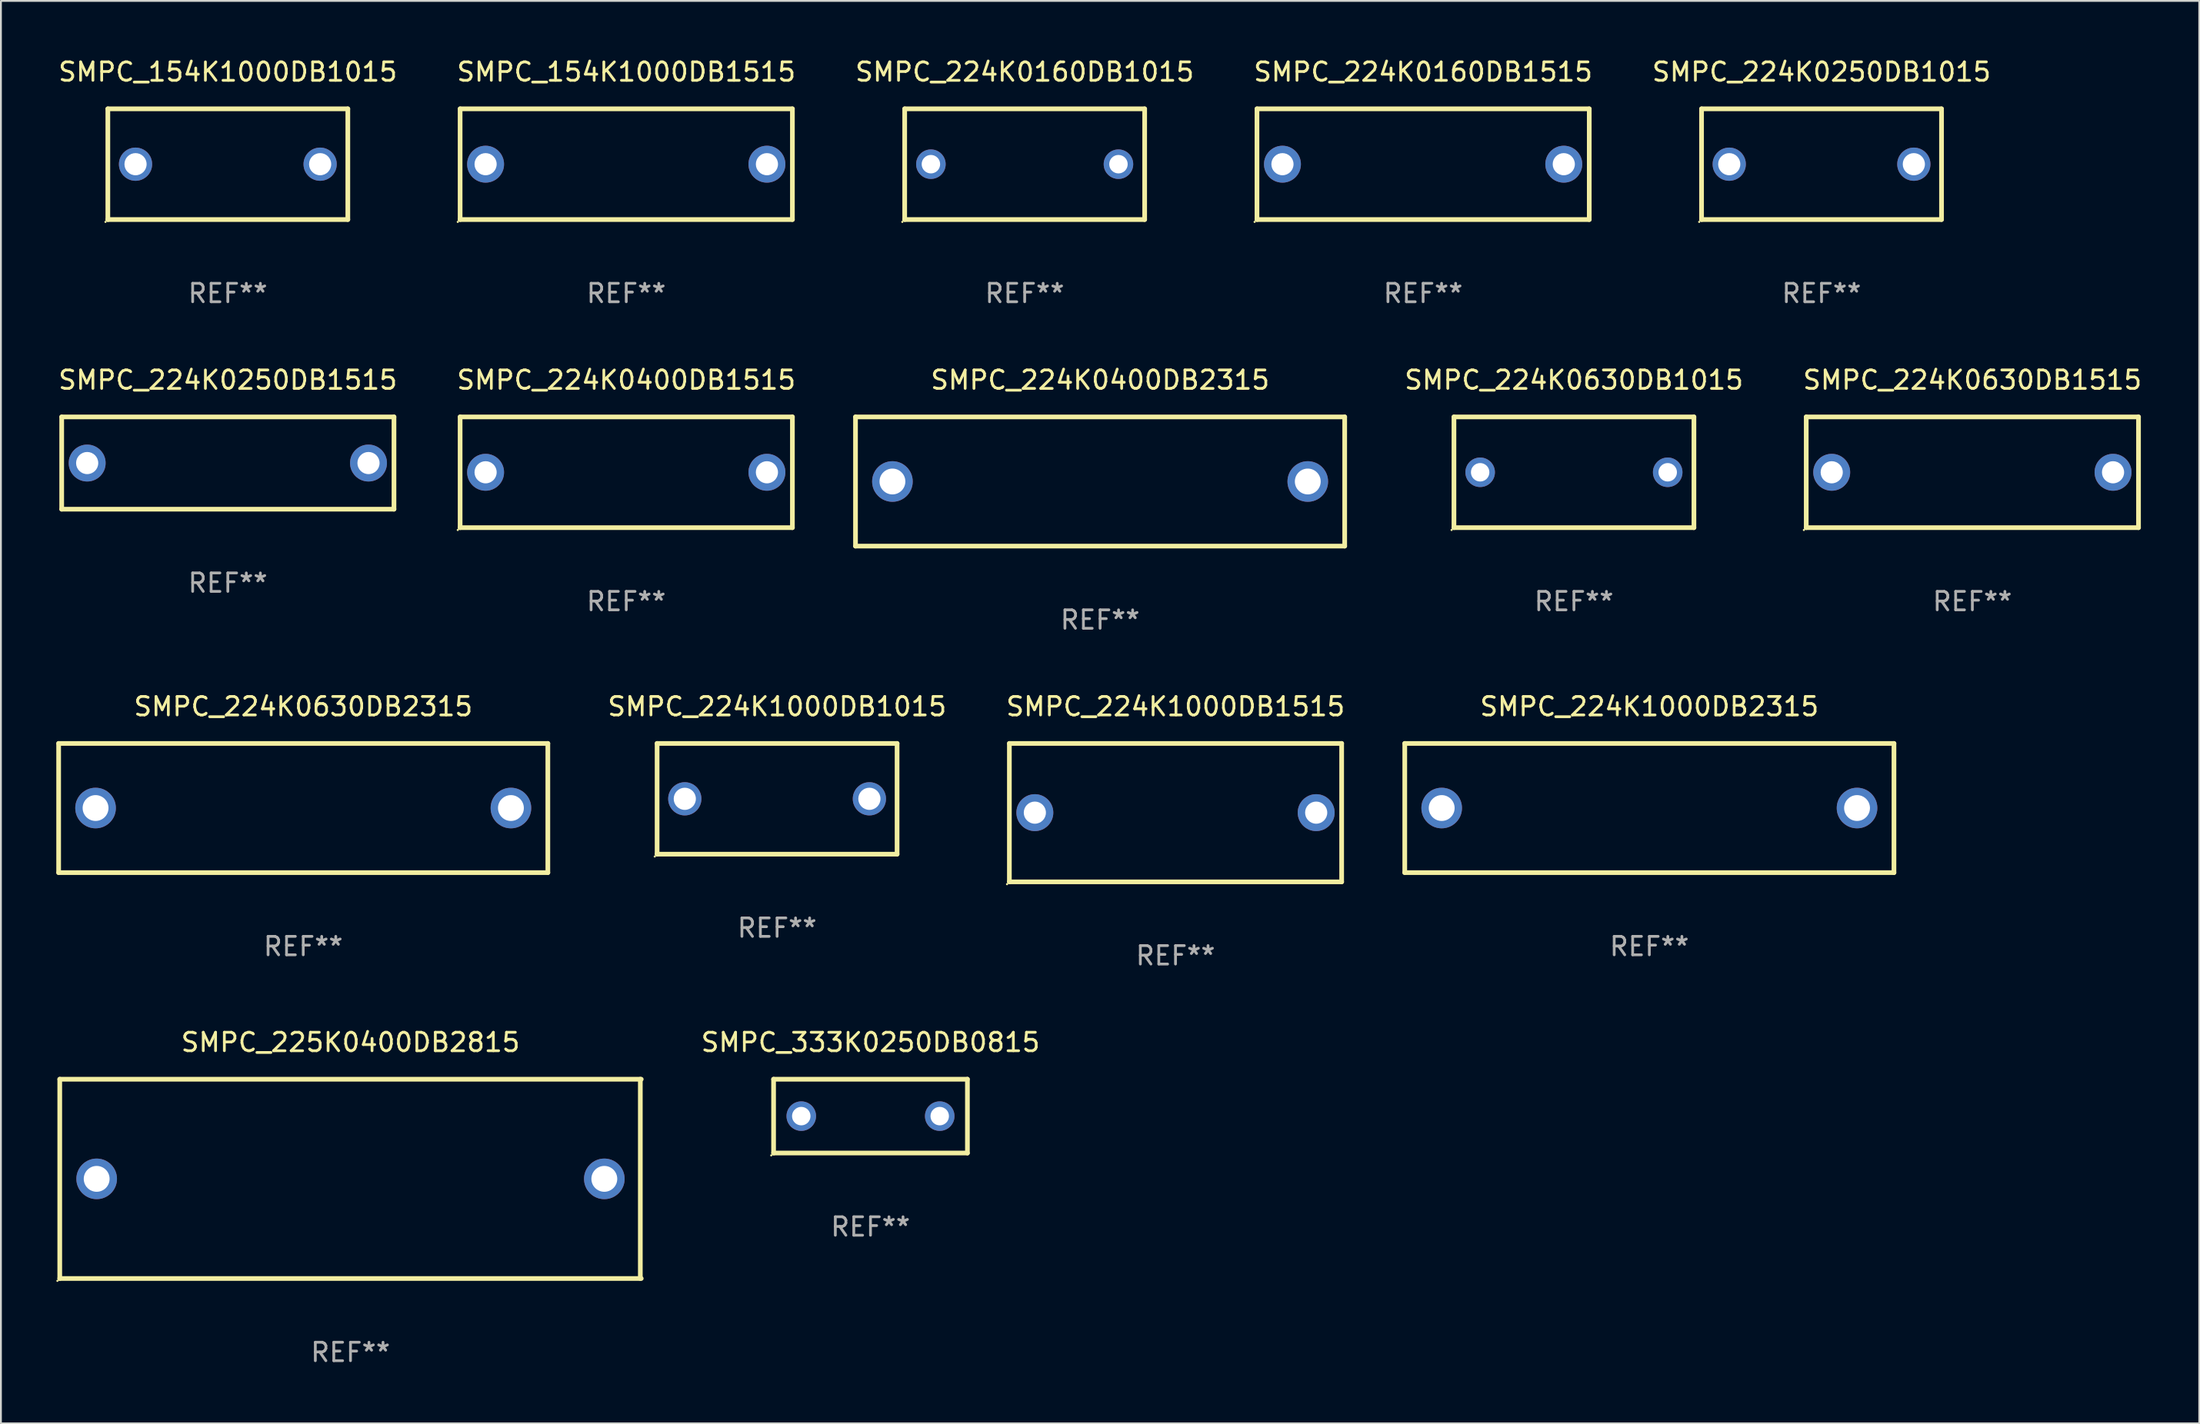
<source format=kicad_pcb>
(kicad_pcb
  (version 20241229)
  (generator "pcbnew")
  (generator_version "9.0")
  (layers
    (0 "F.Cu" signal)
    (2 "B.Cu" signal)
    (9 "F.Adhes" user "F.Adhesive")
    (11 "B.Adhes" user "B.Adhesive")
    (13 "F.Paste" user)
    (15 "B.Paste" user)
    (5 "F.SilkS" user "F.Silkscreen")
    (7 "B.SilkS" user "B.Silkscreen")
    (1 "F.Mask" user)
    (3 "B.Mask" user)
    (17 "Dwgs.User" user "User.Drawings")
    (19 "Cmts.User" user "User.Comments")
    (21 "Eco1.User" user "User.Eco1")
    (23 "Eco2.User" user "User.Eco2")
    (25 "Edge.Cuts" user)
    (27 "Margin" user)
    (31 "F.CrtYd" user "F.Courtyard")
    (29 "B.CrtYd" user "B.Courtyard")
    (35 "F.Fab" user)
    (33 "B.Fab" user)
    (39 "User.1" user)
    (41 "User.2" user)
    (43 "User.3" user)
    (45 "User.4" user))
  (footprint "SMPC_224K0400DB1515"
    (layer "F.Cu")
    (at 30.875 22.545)
    (property "Reference" "SMPC_224K0400DB1515" (at 0 -5 0) (layer "F.SilkS") (effects (font (size 1 1) (thickness 0.15))))
    (attr through_hole)
    (fp_line (start -9 -3) (end 9 -3) (stroke (width 0.254) (type solid)) (layer "F.SilkS"))
    (fp_line (start -9 3) (end -9 -3) (stroke (width 0.254) (type solid)) (layer "F.SilkS"))
    (fp_line (start 9 -3) (end 9 3) (stroke (width 0.254) (type solid)) (layer "F.SilkS"))
    (fp_line (start 9 3) (end -9 3) (stroke (width 0.254) (type solid)) (layer "F.SilkS"))
    (fp_circle (center -9.127 3.127) (end -9.097 3.127) (stroke (width 0.06) (type solid)) (fill no) (layer "F.SilkS"))
    (fp_text user "REF**" (at 0 7 0) (layer "F.Fab") (effects (font (size 1 1) (thickness 0.15))))
    (pad "1" thru_hole circle (at -7.62 0) (size 2 2) (drill 1.2) (layers "*.Cu" "*.Mask"))
    (pad "2" thru_hole circle (at 7.62 0) (size 2 2) (drill 1.2) (layers "*.Cu" "*.Mask")))
  (footprint "SMPC_224K1000DB1515"
    (layer "F.Cu")
    (at 60.629 40.991)
    (property "Reference" "SMPC_224K1000DB1515" (at 0 -5.75 0) (layer "F.SilkS") (effects (font (size 1 1) (thickness 0.15))))
    (attr through_hole)
    (fp_line (start -9 -3.75) (end 9 -3.75) (stroke (width 0.254) (type solid)) (layer "F.SilkS"))
    (fp_line (start -9 3.75) (end -9 -3.75) (stroke (width 0.254) (type solid)) (layer "F.SilkS"))
    (fp_line (start 9 -3.75) (end 9 3.75) (stroke (width 0.254) (type solid)) (layer "F.SilkS"))
    (fp_line (start 9 3.75) (end -9 3.75) (stroke (width 0.254) (type solid)) (layer "F.SilkS"))
    (fp_circle (center -9.127 3.877) (end -9.097 3.877) (stroke (width 0.06) (type solid)) (fill no) (layer "F.SilkS"))
    (fp_text user "REF**" (at 0 7.75 0) (layer "F.Fab") (effects (font (size 1 1) (thickness 0.15))))
    (pad "1" thru_hole circle (at -7.62 0) (size 2 2) (drill 1.2) (layers "*.Cu" "*.Mask"))
    (pad "2" thru_hole circle (at 7.62 0) (size 2 2) (drill 1.2) (layers "*.Cu" "*.Mask")))
  (footprint "SMPC_224K0630DB1515"
    (layer "F.Cu")
    (at 103.796 22.545)
    (property "Reference" "SMPC_224K0630DB1515" (at 0 -5 0) (layer "F.SilkS") (effects (font (size 1 1) (thickness 0.15))))
    (attr through_hole)
    (fp_line (start -9 -3) (end 9 -3) (stroke (width 0.254) (type solid)) (layer "F.SilkS"))
    (fp_line (start -9 3) (end -9 -3) (stroke (width 0.254) (type solid)) (layer "F.SilkS"))
    (fp_line (start 9 -3) (end 9 3) (stroke (width 0.254) (type solid)) (layer "F.SilkS"))
    (fp_line (start 9 3) (end -9 3) (stroke (width 0.254) (type solid)) (layer "F.SilkS"))
    (fp_circle (center -9.127 3.127) (end -9.097 3.127) (stroke (width 0.06) (type solid)) (fill no) (layer "F.SilkS"))
    (fp_text user "REF**" (at 0 7 0) (layer "F.Fab") (effects (font (size 1 1) (thickness 0.15))))
    (pad "1" thru_hole circle (at -7.62 0) (size 2 2) (drill 1.2) (layers "*.Cu" "*.Mask"))
    (pad "2" thru_hole circle (at 7.62 0) (size 2 2) (drill 1.2) (layers "*.Cu" "*.Mask")))
  (footprint "SMPC_154K1000DB1015"
    (layer "F.Cu")
    (at 9.292 5.848)
    (property "Reference" "SMPC_154K1000DB1015" (at 0 -5 0) (layer "F.SilkS") (effects (font (size 1 1) (thickness 0.15))))
    (attr through_hole)
    (fp_line (start -6.5 -3) (end 6.5 -3) (stroke (width 0.254) (type solid)) (layer "F.SilkS"))
    (fp_line (start -6.5 3) (end -6.5 -3) (stroke (width 0.254) (type solid)) (layer "F.SilkS"))
    (fp_line (start -6.5 3) (end 6.5 3) (stroke (width 0.254) (type solid)) (layer "F.SilkS"))
    (fp_line (start 6.5 -3) (end 6.5 3) (stroke (width 0.254) (type solid)) (layer "F.SilkS"))
    (fp_circle (center -6.627 3.127) (end -6.597 3.127) (stroke (width 0.06) (type solid)) (fill no) (layer "F.SilkS"))
    (fp_text user "REF**" (at 0 7 0) (layer "F.Fab") (effects (font (size 1 1) (thickness 0.15))))
    (pad "1" thru_hole circle (at -5 0) (size 1.8 1.8) (drill 1.2) (layers "*.Cu" "*.Mask"))
    (pad "2" thru_hole circle (at 5 0) (size 1.8 1.8) (drill 1.2) (layers "*.Cu" "*.Mask")))
  (footprint "SMPC_224K1000DB1015"
    (layer "F.Cu")
    (at 39.046 40.241)
    (property "Reference" "SMPC_224K1000DB1015" (at 0 -5 0) (layer "F.SilkS") (effects (font (size 1 1) (thickness 0.15))))
    (attr through_hole)
    (fp_line (start -6.5 -3) (end 6.5 -3) (stroke (width 0.254) (type solid)) (layer "F.SilkS"))
    (fp_line (start -6.5 3) (end -6.5 -3) (stroke (width 0.254) (type solid)) (layer "F.SilkS"))
    (fp_line (start -6.5 3) (end 6.5 3) (stroke (width 0.254) (type solid)) (layer "F.SilkS"))
    (fp_line (start 6.5 -3) (end 6.5 3) (stroke (width 0.254) (type solid)) (layer "F.SilkS"))
    (fp_circle (center -6.627 3.127) (end -6.597 3.127) (stroke (width 0.06) (type solid)) (fill no) (layer "F.SilkS"))
    (fp_text user "REF**" (at 0 7 0) (layer "F.Fab") (effects (font (size 1 1) (thickness 0.15))))
    (pad "1" thru_hole circle (at -5 0) (size 1.8 1.8) (drill 1.2) (layers "*.Cu" "*.Mask"))
    (pad "2" thru_hole circle (at 5 0) (size 1.8 1.8) (drill 1.2) (layers "*.Cu" "*.Mask")))
  (footprint "SMPC_224K0160DB1515"
    (layer "F.Cu")
    (at 74.042 5.848)
    (property "Reference" "SMPC_224K0160DB1515" (at 0 -5 0) (layer "F.SilkS") (effects (font (size 1 1) (thickness 0.15))))
    (attr through_hole)
    (fp_line (start -9 -3) (end 9 -3) (stroke (width 0.254) (type solid)) (layer "F.SilkS"))
    (fp_line (start -9 3) (end -9 -3) (stroke (width 0.254) (type solid)) (layer "F.SilkS"))
    (fp_line (start 9 -3) (end 9 3) (stroke (width 0.254) (type solid)) (layer "F.SilkS"))
    (fp_line (start 9 3) (end -9 3) (stroke (width 0.254) (type solid)) (layer "F.SilkS"))
    (fp_circle (center -9.127 3.127) (end -9.097 3.127) (stroke (width 0.06) (type solid)) (fill no) (layer "F.SilkS"))
    (fp_text user "REF**" (at 0 7 0) (layer "F.Fab") (effects (font (size 1 1) (thickness 0.15))))
    (pad "1" thru_hole circle (at -7.62 0) (size 2 2) (drill 1.2) (layers "*.Cu" "*.Mask"))
    (pad "2" thru_hole circle (at 7.62 0) (size 2 2) (drill 1.2) (layers "*.Cu" "*.Mask")))
  (footprint "SMPC_224K0160DB1015"
    (layer "F.Cu")
    (at 52.458 5.848)
    (property "Reference" "SMPC_224K0160DB1015" (at 0 -5 0) (layer "F.SilkS") (effects (font (size 1 1) (thickness 0.15))))
    (attr through_hole)
    (fp_line (start -6.5 -3) (end 6.5 -3) (stroke (width 0.254) (type solid)) (layer "F.SilkS"))
    (fp_line (start -6.5 3) (end -6.5 -3) (stroke (width 0.254) (type solid)) (layer "F.SilkS"))
    (fp_line (start 6.5 -3) (end 6.5 3) (stroke (width 0.254) (type solid)) (layer "F.SilkS"))
    (fp_line (start 6.5 3) (end -6.5 3) (stroke (width 0.254) (type solid)) (layer "F.SilkS"))
    (fp_circle (center -6.627 3.127) (end -6.597 3.127) (stroke (width 0.06) (type solid)) (fill no) (layer "F.SilkS"))
    (fp_text user "REF**" (at 0 7 0) (layer "F.Fab") (effects (font (size 1 1) (thickness 0.15))))
    (pad "1" thru_hole circle (at -5.08 0) (size 1.6 1.6) (drill 1) (layers "*.Cu" "*.Mask"))
    (pad "2" thru_hole circle (at 5.08 0) (size 1.6 1.6) (drill 1) (layers "*.Cu" "*.Mask")))
  (footprint "SMPC_224K0630DB1015"
    (layer "F.Cu")
    (at 82.212 22.545)
    (property "Reference" "SMPC_224K0630DB1015" (at 0 -5 0) (layer "F.SilkS") (effects (font (size 1 1) (thickness 0.15))))
    (attr through_hole)
    (fp_line (start -6.5 -3) (end 6.5 -3) (stroke (width 0.254) (type solid)) (layer "F.SilkS"))
    (fp_line (start -6.5 3) (end -6.5 -3) (stroke (width 0.254) (type solid)) (layer "F.SilkS"))
    (fp_line (start 6.5 -3) (end 6.5 3) (stroke (width 0.254) (type solid)) (layer "F.SilkS"))
    (fp_line (start 6.5 3) (end -6.5 3) (stroke (width 0.254) (type solid)) (layer "F.SilkS"))
    (fp_circle (center -6.627 3.127) (end -6.597 3.127) (stroke (width 0.06) (type solid)) (fill no) (layer "F.SilkS"))
    (fp_text user "REF**" (at 0 7 0) (layer "F.Fab") (effects (font (size 1 1) (thickness 0.15))))
    (pad "1" thru_hole circle (at -5.08 0) (size 1.6 1.6) (drill 1) (layers "*.Cu" "*.Mask"))
    (pad "2" thru_hole circle (at 5.08 0) (size 1.6 1.6) (drill 1) (layers "*.Cu" "*.Mask")))
  (footprint "SMPC_225K0400DB2815"
    (layer "F.Cu")
    (at 15.937 60.838)
    (property "Reference" "SMPC_225K0400DB2815" (at 0 -7.4 0) (layer "F.SilkS") (effects (font (size 1 1) (thickness 0.15))))
    (attr through_hole)
    (fp_line (start -15.75 -5.4) (end 15.75 -5.4) (stroke (width 0.254) (type solid)) (layer "F.SilkS"))
    (fp_line (start -15.75 5.4) (end -15.75 -5.4) (stroke (width 0.254) (type solid)) (layer "F.SilkS"))
    (fp_line (start 15.7 -5.4) (end 15.7 5.4) (stroke (width 0.254) (type solid)) (layer "F.SilkS"))
    (fp_line (start 15.75 5.4) (end -15.75 5.4) (stroke (width 0.254) (type solid)) (layer "F.SilkS"))
    (fp_circle (center -15.877 5.527) (end -15.847 5.527) (stroke (width 0.06) (type solid)) (fill no) (layer "F.SilkS"))
    (fp_text user "REF**" (at 0 9.4 0) (layer "F.Fab") (effects (font (size 1 1) (thickness 0.15))))
    (pad "1" thru_hole circle (at -13.75 0) (size 2.2 2.2) (drill 1.4) (layers "*.Cu" "*.Mask"))
    (pad "2" thru_hole circle (at 13.75 0) (size 2.2 2.2) (drill 1.4) (layers "*.Cu" "*.Mask")))
  (footprint "SMPC_333K0250DB0815"
    (layer "F.Cu")
    (at 44.106 57.438)
    (property "Reference" "SMPC_333K0250DB0815" (at 0 -4 0) (layer "F.SilkS") (effects (font (size 1 1) (thickness 0.15))))
    (attr through_hole)
    (fp_line (start -5.25 -2) (end 5.25 -2) (stroke (width 0.254) (type solid)) (layer "F.SilkS"))
    (fp_line (start -5.25 2) (end -5.25 -2) (stroke (width 0.254) (type solid)) (layer "F.SilkS"))
    (fp_line (start 5.25 -2) (end 5.25 2) (stroke (width 0.254) (type solid)) (layer "F.SilkS"))
    (fp_line (start 5.25 2) (end -5.25 2) (stroke (width 0.254) (type solid)) (layer "F.SilkS"))
    (fp_circle (center -5.377 2.127) (end -5.347 2.127) (stroke (width 0.06) (type solid)) (fill no) (layer "F.SilkS"))
    (fp_text user "REF**" (at 0 6 0) (layer "F.Fab") (effects (font (size 1 1) (thickness 0.15))))
    (pad "1" thru_hole circle (at -3.75 0) (size 1.6 1.6) (drill 1) (layers "*.Cu" "*.Mask"))
    (pad "2" thru_hole circle (at 3.75 0) (size 1.6 1.6) (drill 1) (layers "*.Cu" "*.Mask")))
  (footprint "SMPC_224K0250DB1515"
    (layer "F.Cu")
    (at 9.292 22.045)
    (property "Reference" "SMPC_224K0250DB1515" (at 0 -4.5 0) (layer "F.SilkS") (effects (font (size 1 1) (thickness 0.15))))
    (attr through_hole)
    (fp_line (start -9 -2.5) (end 9 -2.5) (stroke (width 0.254) (type solid)) (layer "F.SilkS"))
    (fp_line (start -9 2.5) (end -9 -2.5) (stroke (width 0.254) (type solid)) (layer "F.SilkS"))
    (fp_line (start 9 -2.5) (end 9 2.5) (stroke (width 0.254) (type solid)) (layer "F.SilkS"))
    (fp_line (start 9 2.5) (end -9 2.5) (stroke (width 0.254) (type solid)) (layer "F.SilkS"))
    (fp_circle (center -9 2.5) (end -8.97 2.5) (stroke (width 0.06) (type solid)) (fill no) (layer "F.SilkS"))
    (fp_text user "REF**" (at 0 6.5 0) (layer "F.Fab") (effects (font (size 1 1) (thickness 0.15))))
    (pad "1" thru_hole circle (at -7.62 -0.000127) (size 2 2) (drill 1.2) (layers "*.Cu" "*.Mask"))
    (pad "2" thru_hole circle (at 7.62 -0.000127) (size 2 2) (drill 1.2) (layers "*.Cu" "*.Mask")))
  (footprint "SMPC_224K1000DB2315"
    (layer "F.Cu")
    (at 86.298 40.741)
    (property "Reference" "SMPC_224K1000DB2315" (at 0 -5.5 0) (layer "F.SilkS") (effects (font (size 1 1) (thickness 0.15))))
    (attr through_hole)
    (fp_line (start -13.25 -3.5) (end -13.25 3.5) (stroke (width 0.254) (type solid)) (layer "F.SilkS"))
    (fp_line (start -13.25 -3.5) (end 13.25 -3.5) (stroke (width 0.254) (type solid)) (layer "F.SilkS"))
    (fp_line (start 13.25 -3.5) (end 13.25 3.5) (stroke (width 0.254) (type solid)) (layer "F.SilkS"))
    (fp_line (start 13.25 3.5) (end -13.25 3.5) (stroke (width 0.254) (type solid)) (layer "F.SilkS"))
    (fp_circle (center -13.15 3.5) (end -13.12 3.5) (stroke (width 0.06) (type solid)) (fill no) (layer "F.SilkS"))
    (fp_text user "REF**" (at 0 7.5 0) (layer "F.Fab") (effects (font (size 1 1) (thickness 0.15))))
    (pad "1" thru_hole circle (at -11.25 0) (size 2.2 2.2) (drill 1.4) (layers "*.Cu" "*.Mask"))
    (pad "2" thru_hole circle (at 11.25 0) (size 2.2 2.2) (drill 1.4) (layers "*.Cu" "*.Mask")))
  (footprint "SMPC_154K1000DB1515"
    (layer "F.Cu")
    (at 30.875 5.848)
    (property "Reference" "SMPC_154K1000DB1515" (at 0 -5 0) (layer "F.SilkS") (effects (font (size 1 1) (thickness 0.15))))
    (attr through_hole)
    (fp_line (start -9 -3) (end 9 -3) (stroke (width 0.254) (type solid)) (layer "F.SilkS"))
    (fp_line (start -9 3) (end -9 -3) (stroke (width 0.254) (type solid)) (layer "F.SilkS"))
    (fp_line (start 9 -3) (end 9 3) (stroke (width 0.254) (type solid)) (layer "F.SilkS"))
    (fp_line (start 9 3) (end -9 3) (stroke (width 0.254) (type solid)) (layer "F.SilkS"))
    (fp_circle (center -9.127 3.127) (end -9.097 3.127) (stroke (width 0.06) (type solid)) (fill no) (layer "F.SilkS"))
    (fp_text user "REF**" (at 0 7 0) (layer "F.Fab") (effects (font (size 1 1) (thickness 0.15))))
    (pad "1" thru_hole circle (at -7.62 0) (size 2 2) (drill 1.2) (layers "*.Cu" "*.Mask"))
    (pad "2" thru_hole circle (at 7.62 0) (size 2 2) (drill 1.2) (layers "*.Cu" "*.Mask")))
  (footprint "SMPC_224K0630DB2315"
    (layer "F.Cu")
    (at 13.377 40.741)
    (property "Reference" "SMPC_224K0630DB2315" (at 0 -5.5 0) (layer "F.SilkS") (effects (font (size 1 1) (thickness 0.15))))
    (attr through_hole)
    (fp_line (start -13.25 -3.5) (end -13.25 3.5) (stroke (width 0.254) (type solid)) (layer "F.SilkS"))
    (fp_line (start -13.25 -3.5) (end 13.25 -3.5) (stroke (width 0.254) (type solid)) (layer "F.SilkS"))
    (fp_line (start 13.25 -3.5) (end 13.25 3.5) (stroke (width 0.254) (type solid)) (layer "F.SilkS"))
    (fp_line (start 13.25 3.5) (end -13.25 3.5) (stroke (width 0.254) (type solid)) (layer "F.SilkS"))
    (fp_circle (center -13.15 3.5) (end -13.12 3.5) (stroke (width 0.06) (type solid)) (fill no) (layer "F.SilkS"))
    (fp_text user "REF**" (at 0 7.5 0) (layer "F.Fab") (effects (font (size 1 1) (thickness 0.15))))
    (pad "1" thru_hole circle (at -11.25 0) (size 2.2 2.2) (drill 1.4) (layers "*.Cu" "*.Mask"))
    (pad "2" thru_hole circle (at 11.25 0) (size 2.2 2.2) (drill 1.4) (layers "*.Cu" "*.Mask")))
  (footprint "SMPC_224K0400DB2315"
    (layer "F.Cu")
    (at 56.544 23.045)
    (property "Reference" "SMPC_224K0400DB2315" (at 0 -5.5 0) (layer "F.SilkS") (effects (font (size 1 1) (thickness 0.15))))
    (attr through_hole)
    (fp_line (start -13.25 -3.5) (end -13.25 3.5) (stroke (width 0.254) (type solid)) (layer "F.SilkS"))
    (fp_line (start -13.25 -3.5) (end 13.25 -3.5) (stroke (width 0.254) (type solid)) (layer "F.SilkS"))
    (fp_line (start 13.25 -3.5) (end 13.25 3.5) (stroke (width 0.254) (type solid)) (layer "F.SilkS"))
    (fp_line (start 13.25 3.5) (end -13.25 3.5) (stroke (width 0.254) (type solid)) (layer "F.SilkS"))
    (fp_circle (center -13.15 3.5) (end -13.12 3.5) (stroke (width 0.06) (type solid)) (fill no) (layer "F.SilkS"))
    (fp_text user "REF**" (at 0 7.5 0) (layer "F.Fab") (effects (font (size 1 1) (thickness 0.15))))
    (pad "1" thru_hole circle (at -11.25 0) (size 2.2 2.2) (drill 1.4) (layers "*.Cu" "*.Mask"))
    (pad "2" thru_hole circle (at 11.25 0) (size 2.2 2.2) (drill 1.4) (layers "*.Cu" "*.Mask")))
  (footprint "SMPC_224K0250DB1015"
    (layer "F.Cu")
    (at 95.625 5.848)
    (property "Reference" "SMPC_224K0250DB1015" (at 0 -5 0) (layer "F.SilkS") (effects (font (size 1 1) (thickness 0.15))))
    (attr through_hole)
    (fp_line (start -6.5 -3) (end 6.5 -3) (stroke (width 0.254) (type solid)) (layer "F.SilkS"))
    (fp_line (start -6.5 3) (end -6.5 -3) (stroke (width 0.254) (type solid)) (layer "F.SilkS"))
    (fp_line (start -6.5 3) (end 6.5 3) (stroke (width 0.254) (type solid)) (layer "F.SilkS"))
    (fp_line (start 6.5 -3) (end 6.5 3) (stroke (width 0.254) (type solid)) (layer "F.SilkS"))
    (fp_circle (center -6.627 3.127) (end -6.597 3.127) (stroke (width 0.06) (type solid)) (fill no) (layer "F.SilkS"))
    (fp_text user "REF**" (at 0 7 0) (layer "F.Fab") (effects (font (size 1 1) (thickness 0.15))))
    (pad "1" thru_hole circle (at -5 0) (size 1.8 1.8) (drill 1.2) (layers "*.Cu" "*.Mask"))
    (pad "2" thru_hole circle (at 5 0) (size 1.8 1.8) (drill 1.2) (layers "*.Cu" "*.Mask")))
  (gr_rect
    (start -3 -3)
    (end 116.087 74.086)
    (stroke (width 0.1) (type default))
    (fill no)
    (layer "Edge.Cuts")))
</source>
